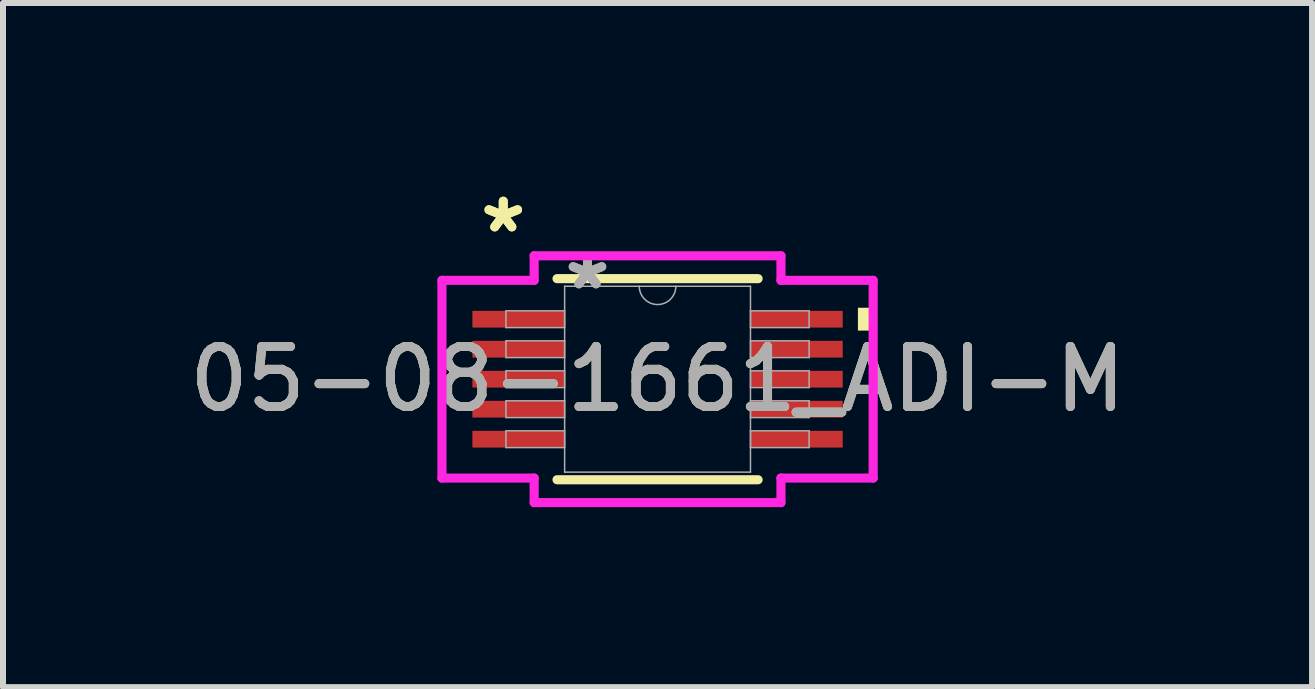
<source format=kicad_pcb>
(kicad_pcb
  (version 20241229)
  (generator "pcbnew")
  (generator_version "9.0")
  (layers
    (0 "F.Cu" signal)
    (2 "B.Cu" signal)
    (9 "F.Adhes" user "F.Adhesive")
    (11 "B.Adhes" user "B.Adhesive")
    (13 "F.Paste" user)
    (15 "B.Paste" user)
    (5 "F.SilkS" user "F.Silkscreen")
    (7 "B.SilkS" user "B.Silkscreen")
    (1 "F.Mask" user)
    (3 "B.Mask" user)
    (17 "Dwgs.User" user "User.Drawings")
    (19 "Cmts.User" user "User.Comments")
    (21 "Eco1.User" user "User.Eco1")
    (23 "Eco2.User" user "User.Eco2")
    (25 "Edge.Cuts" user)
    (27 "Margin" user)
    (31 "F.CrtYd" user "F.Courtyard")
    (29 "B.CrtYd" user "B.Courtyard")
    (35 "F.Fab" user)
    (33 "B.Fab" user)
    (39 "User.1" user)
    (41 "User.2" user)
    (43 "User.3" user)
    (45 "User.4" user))
  (footprint "05-08-1661_ADI-M"
    (layer "F.Cu")
    (at 7.911 3.271)
    (property "Reference" "05-08-1661_ADI-M" (at 0 0 0) (unlocked yes) (layer "F.SilkS") (effects (font (size 1 1) (thickness 0.15))))
    (attr smd)
    (fp_line (start -1.676 1.676) (end 1.676 1.676) (stroke (width 0.152) (type solid)) (layer "F.SilkS"))
    (fp_line (start 1.676 -1.676) (end -1.676 -1.676) (stroke (width 0.152) (type solid)) (layer "F.SilkS"))
    (fp_poly (pts (xy 3.594 -1.191) (xy 3.594 -0.81) (xy 3.34 -0.81) (xy 3.34 -1.191)) (stroke (width 0) (type solid)) (fill yes) (layer "F.SilkS"))
    (fp_line (start -3.594 -1.648) (end -2.057 -1.648) (stroke (width 0.152) (type solid)) (layer "F.CrtYd"))
    (fp_line (start -3.594 1.648) (end -3.594 -1.648) (stroke (width 0.152) (type solid)) (layer "F.CrtYd"))
    (fp_line (start -3.594 1.648) (end -2.057 1.648) (stroke (width 0.152) (type solid)) (layer "F.CrtYd"))
    (fp_line (start -2.057 -2.057) (end 2.057 -2.057) (stroke (width 0.152) (type solid)) (layer "F.CrtYd"))
    (fp_line (start -2.057 -1.648) (end -2.057 -2.057) (stroke (width 0.152) (type solid)) (layer "F.CrtYd"))
    (fp_line (start -2.057 2.057) (end -2.057 1.648) (stroke (width 0.152) (type solid)) (layer "F.CrtYd"))
    (fp_line (start 2.057 -2.057) (end 2.057 -1.648) (stroke (width 0.152) (type solid)) (layer "F.CrtYd"))
    (fp_line (start 2.057 1.648) (end 2.057 2.057) (stroke (width 0.152) (type solid)) (layer "F.CrtYd"))
    (fp_line (start 2.057 2.057) (end -2.057 2.057) (stroke (width 0.152) (type solid)) (layer "F.CrtYd"))
    (fp_line (start 3.594 -1.648) (end 2.057 -1.648) (stroke (width 0.152) (type solid)) (layer "F.CrtYd"))
    (fp_line (start 3.594 -1.648) (end 3.594 1.648) (stroke (width 0.152) (type solid)) (layer "F.CrtYd"))
    (fp_line (start 3.594 1.648) (end 2.057 1.648) (stroke (width 0.152) (type solid)) (layer "F.CrtYd"))
    (fp_line (start -2.527 -1.14) (end -2.527 -0.86) (stroke (width 0.025) (type solid)) (layer "F.Fab"))
    (fp_line (start -2.527 -0.86) (end -1.549 -0.86) (stroke (width 0.025) (type solid)) (layer "F.Fab"))
    (fp_line (start -2.527 -0.64) (end -2.527 -0.36) (stroke (width 0.025) (type solid)) (layer "F.Fab"))
    (fp_line (start -2.527 -0.36) (end -1.549 -0.36) (stroke (width 0.025) (type solid)) (layer "F.Fab"))
    (fp_line (start -2.527 -0.14) (end -2.527 0.14) (stroke (width 0.025) (type solid)) (layer "F.Fab"))
    (fp_line (start -2.527 0.14) (end -1.549 0.14) (stroke (width 0.025) (type solid)) (layer "F.Fab"))
    (fp_line (start -2.527 0.36) (end -2.527 0.64) (stroke (width 0.025) (type solid)) (layer "F.Fab"))
    (fp_line (start -2.527 0.64) (end -1.549 0.64) (stroke (width 0.025) (type solid)) (layer "F.Fab"))
    (fp_line (start -2.527 0.86) (end -2.527 1.14) (stroke (width 0.025) (type solid)) (layer "F.Fab"))
    (fp_line (start -2.527 1.14) (end -1.549 1.14) (stroke (width 0.025) (type solid)) (layer "F.Fab"))
    (fp_line (start -1.549 -1.549) (end -1.549 1.549) (stroke (width 0.025) (type solid)) (layer "F.Fab"))
    (fp_line (start -1.549 -1.14) (end -2.527 -1.14) (stroke (width 0.025) (type solid)) (layer "F.Fab"))
    (fp_line (start -1.549 -0.86) (end -1.549 -1.14) (stroke (width 0.025) (type solid)) (layer "F.Fab"))
    (fp_line (start -1.549 -0.64) (end -2.527 -0.64) (stroke (width 0.025) (type solid)) (layer "F.Fab"))
    (fp_line (start -1.549 -0.36) (end -1.549 -0.64) (stroke (width 0.025) (type solid)) (layer "F.Fab"))
    (fp_line (start -1.549 -0.14) (end -2.527 -0.14) (stroke (width 0.025) (type solid)) (layer "F.Fab"))
    (fp_line (start -1.549 0.14) (end -1.549 -0.14) (stroke (width 0.025) (type solid)) (layer "F.Fab"))
    (fp_line (start -1.549 0.36) (end -2.527 0.36) (stroke (width 0.025) (type solid)) (layer "F.Fab"))
    (fp_line (start -1.549 0.64) (end -1.549 0.36) (stroke (width 0.025) (type solid)) (layer "F.Fab"))
    (fp_line (start -1.549 0.86) (end -2.527 0.86) (stroke (width 0.025) (type solid)) (layer "F.Fab"))
    (fp_line (start -1.549 1.14) (end -1.549 0.86) (stroke (width 0.025) (type solid)) (layer "F.Fab"))
    (fp_line (start -1.549 1.549) (end 1.549 1.549) (stroke (width 0.025) (type solid)) (layer "F.Fab"))
    (fp_line (start 1.549 -1.549) (end -1.549 -1.549) (stroke (width 0.025) (type solid)) (layer "F.Fab"))
    (fp_line (start 1.549 -1.14) (end 1.549 -0.86) (stroke (width 0.025) (type solid)) (layer "F.Fab"))
    (fp_line (start 1.549 -0.86) (end 2.527 -0.86) (stroke (width 0.025) (type solid)) (layer "F.Fab"))
    (fp_line (start 1.549 -0.64) (end 1.549 -0.36) (stroke (width 0.025) (type solid)) (layer "F.Fab"))
    (fp_line (start 1.549 -0.36) (end 2.527 -0.36) (stroke (width 0.025) (type solid)) (layer "F.Fab"))
    (fp_line (start 1.549 -0.14) (end 1.549 0.14) (stroke (width 0.025) (type solid)) (layer "F.Fab"))
    (fp_line (start 1.549 0.14) (end 2.527 0.14) (stroke (width 0.025) (type solid)) (layer "F.Fab"))
    (fp_line (start 1.549 0.36) (end 1.549 0.64) (stroke (width 0.025) (type solid)) (layer "F.Fab"))
    (fp_line (start 1.549 0.64) (end 2.527 0.64) (stroke (width 0.025) (type solid)) (layer "F.Fab"))
    (fp_line (start 1.549 0.86) (end 1.549 1.14) (stroke (width 0.025) (type solid)) (layer "F.Fab"))
    (fp_line (start 1.549 1.14) (end 2.527 1.14) (stroke (width 0.025) (type solid)) (layer "F.Fab"))
    (fp_line (start 1.549 1.549) (end 1.549 -1.549) (stroke (width 0.025) (type solid)) (layer "F.Fab"))
    (fp_line (start 2.527 -1.14) (end 1.549 -1.14) (stroke (width 0.025) (type solid)) (layer "F.Fab"))
    (fp_line (start 2.527 -0.86) (end 2.527 -1.14) (stroke (width 0.025) (type solid)) (layer "F.Fab"))
    (fp_line (start 2.527 -0.64) (end 1.549 -0.64) (stroke (width 0.025) (type solid)) (layer "F.Fab"))
    (fp_line (start 2.527 -0.36) (end 2.527 -0.64) (stroke (width 0.025) (type solid)) (layer "F.Fab"))
    (fp_line (start 2.527 -0.14) (end 1.549 -0.14) (stroke (width 0.025) (type solid)) (layer "F.Fab"))
    (fp_line (start 2.527 0.14) (end 2.527 -0.14) (stroke (width 0.025) (type solid)) (layer "F.Fab"))
    (fp_line (start 2.527 0.36) (end 1.549 0.36) (stroke (width 0.025) (type solid)) (layer "F.Fab"))
    (fp_line (start 2.527 0.64) (end 2.527 0.36) (stroke (width 0.025) (type solid)) (layer "F.Fab"))
    (fp_line (start 2.527 0.86) (end 1.549 0.86) (stroke (width 0.025) (type solid)) (layer "F.Fab"))
    (fp_line (start 2.527 1.14) (end 2.527 0.86) (stroke (width 0.025) (type solid)) (layer "F.Fab"))
    (fp_arc (start 0.3048 -1.5494) (mid 0 -1.2446) (end -0.3048 -1.5494) (stroke (width 0.0254) (type solid)) (layer "F.Fab"))
    (fp_text user "*" (at -2.572 -2.422 0) (layer "F.SilkS") (effects (font (size 1 1) (thickness 0.15))))
    (fp_text user "*" (at -2.572 -2.422 0) (unlocked yes) (layer "F.SilkS") (effects (font (size 1 1) (thickness 0.15))))
    (fp_text user "*" (at -1.168 -1.473 0) (layer "F.Fab") (effects (font (size 1 1) (thickness 0.15))))
    (fp_text user "*" (at -1.168 -1.473 0) (unlocked yes) (layer "F.Fab") (effects (font (size 1 1) (thickness 0.15))))
    (fp_text user "${REFERENCE}" (at 0 0 0) (unlocked yes) (layer "F.Fab") (effects (font (size 1 1) (thickness 0.15))))
    (pad "1" smd rect (at -2.318 -1) (size 1.537 0.279) (layers "F.Cu" "F.Mask" "F.Paste"))
    (pad "2" smd rect (at -2.318 -0.5) (size 1.537 0.279) (layers "F.Cu" "F.Mask" "F.Paste"))
    (pad "3" smd rect (at -2.318 0) (size 1.537 0.279) (layers "F.Cu" "F.Mask" "F.Paste"))
    (pad "4" smd rect (at -2.318 0.5) (size 1.537 0.279) (layers "F.Cu" "F.Mask" "F.Paste"))
    (pad "5" smd rect (at -2.318 1) (size 1.537 0.279) (layers "F.Cu" "F.Mask" "F.Paste"))
    (pad "6" smd rect (at 2.318 1) (size 1.537 0.279) (layers "F.Cu" "F.Mask" "F.Paste"))
    (pad "7" smd rect (at 2.318 0.5) (size 1.537 0.279) (layers "F.Cu" "F.Mask" "F.Paste"))
    (pad "8" smd rect (at 2.318 0) (size 1.537 0.279) (layers "F.Cu" "F.Mask" "F.Paste"))
    (pad "9" smd rect (at 2.318 -0.5) (size 1.537 0.279) (layers "F.Cu" "F.Mask" "F.Paste"))
    (pad "10" smd rect (at 2.318 -1) (size 1.537 0.279) (layers "F.Cu" "F.Mask" "F.Paste")))
  (gr_rect
    (start -3 -3)
    (end 18.821 8.404)
    (stroke (width 0.1) (type default))
    (fill no)
    (layer "Edge.Cuts")))
</source>
